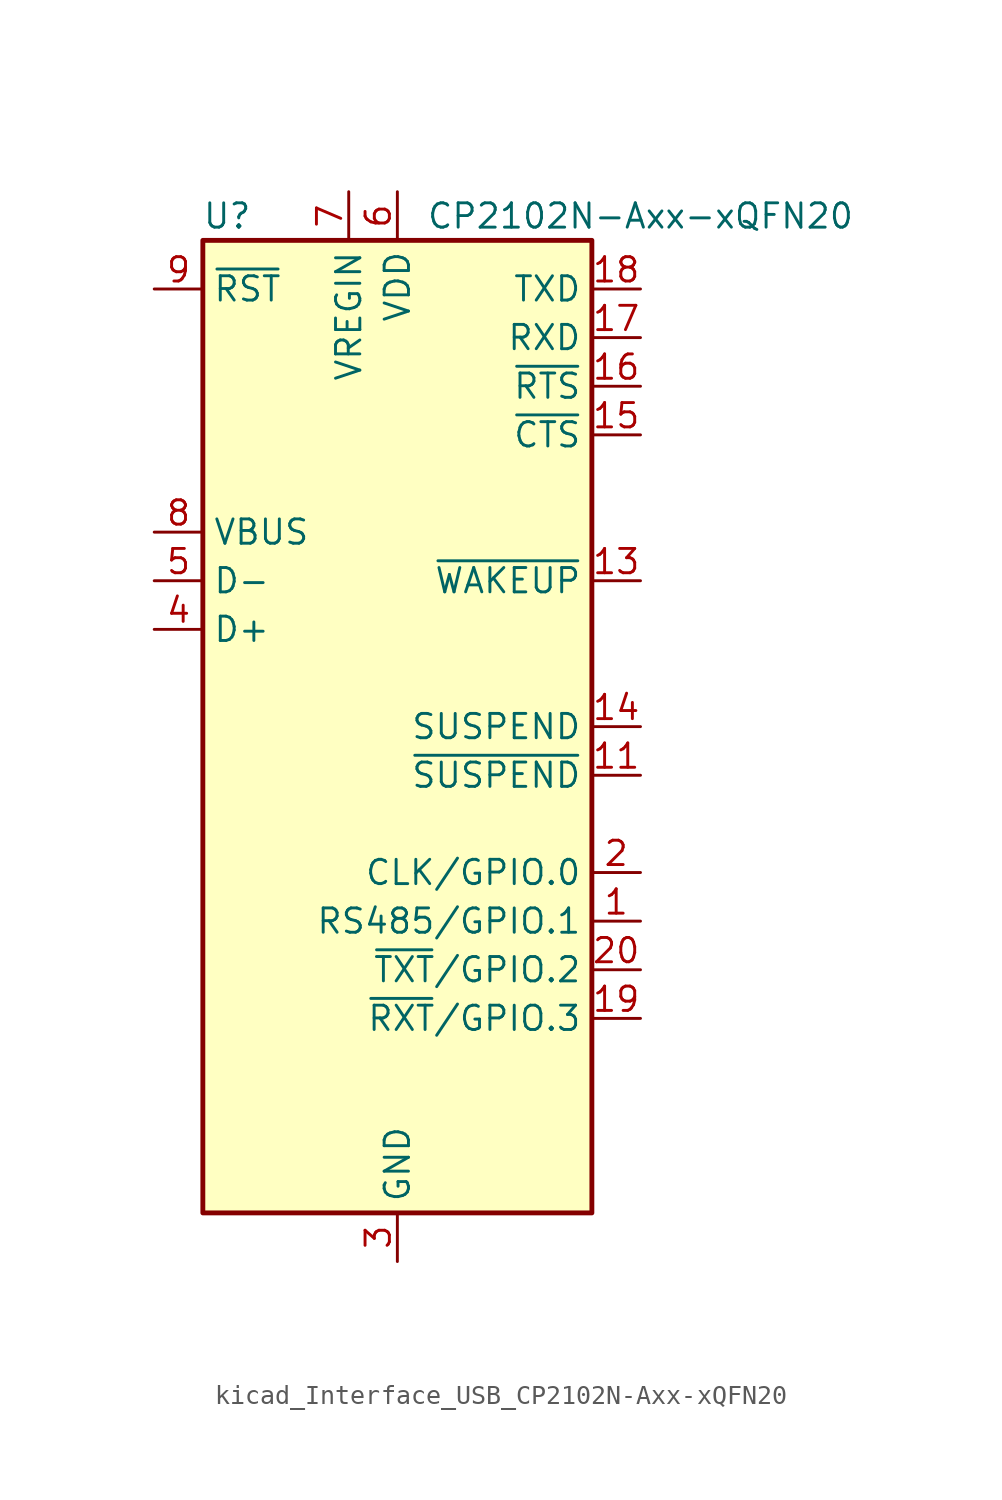
<source format=kicad_sym>
(kicad_symbol_lib
  (version 20220914)
  (generator kicad_symbol_editor)
  (symbol "kicad_Interface_USB_CP2102N-Axx-xQFN20"
    (property "Reference" "U"
      (at -8.89 26.67 0)
      (effects (font (size 1.27 1.27))))
    (property "Value" "CP2102N-Axx-xQFN20"
      (at 12.7 26.67 0)
      (effects (font (size 1.27 1.27))))
    (symbol "kicad_Interface_USB_CP2102N-Axx-xQFN20_0_1"
      (rectangle (start -10.16 25.4) (end 10.16 -25.4) (stroke (width 0.254) (type default)) (fill (type background))))
    (symbol "kicad_Interface_USB_CP2102N-Axx-xQFN20_1_1"
      (pin bidirectional line (at 12.7 -10.16 180) (length 2.54) (name "RS485/GPIO.1" (effects (font (size 1.27 1.27)))) (number "1" (effects (font (size 1.27 1.27)))))
      (pin no_connect line (at -10.16 -22.86 0) (length 2.54) hide (name "NC" (effects (font (size 1.27 1.27)))) (number "10" (effects (font (size 1.27 1.27)))))
      (pin output line (at 12.7 -2.54 180) (length 2.54) (name "~{SUSPEND}" (effects (font (size 1.27 1.27)))) (number "11" (effects (font (size 1.27 1.27)))))
      (pin passive line (at 0 -27.94 90) (length 2.54) hide (name "GND" (effects (font (size 1.27 1.27)))) (number "12" (effects (font (size 1.27 1.27)))))
      (pin input line (at 12.7 7.62 180) (length 2.54) (name "~{WAKEUP}" (effects (font (size 1.27 1.27)))) (number "13" (effects (font (size 1.27 1.27)))))
      (pin output line (at 12.7 0 180) (length 2.54) (name "SUSPEND" (effects (font (size 1.27 1.27)))) (number "14" (effects (font (size 1.27 1.27)))))
      (pin input line (at 12.7 15.24 180) (length 2.54) (name "~{CTS}" (effects (font (size 1.27 1.27)))) (number "15" (effects (font (size 1.27 1.27)))))
      (pin output line (at 12.7 17.78 180) (length 2.54) (name "~{RTS}" (effects (font (size 1.27 1.27)))) (number "16" (effects (font (size 1.27 1.27)))))
      (pin input line (at 12.7 20.32 180) (length 2.54) (name "RXD" (effects (font (size 1.27 1.27)))) (number "17" (effects (font (size 1.27 1.27)))))
      (pin output line (at 12.7 22.86 180) (length 2.54) (name "TXD" (effects (font (size 1.27 1.27)))) (number "18" (effects (font (size 1.27 1.27)))))
      (pin bidirectional line (at 12.7 -15.24 180) (length 2.54) (name "~{RXT}/GPIO.3" (effects (font (size 1.27 1.27)))) (number "19" (effects (font (size 1.27 1.27)))))
      (pin bidirectional line (at 12.7 -7.62 180) (length 2.54) (name "CLK/GPIO.0" (effects (font (size 1.27 1.27)))) (number "2" (effects (font (size 1.27 1.27)))))
      (pin bidirectional line (at 12.7 -12.7 180) (length 2.54) (name "~{TXT}/GPIO.2" (effects (font (size 1.27 1.27)))) (number "20" (effects (font (size 1.27 1.27)))))
      (pin passive line (at 0 -27.94 90) (length 2.54) hide (name "GND" (effects (font (size 1.27 1.27)))) (number "21" (effects (font (size 1.27 1.27)))))
      (pin power_in line (at 0 -27.94 90) (length 2.54) (name "GND" (effects (font (size 1.27 1.27)))) (number "3" (effects (font (size 1.27 1.27)))))
      (pin bidirectional line (at -12.7 5.08 0) (length 2.54) (name "D+" (effects (font (size 1.27 1.27)))) (number "4" (effects (font (size 1.27 1.27)))))
      (pin bidirectional line (at -12.7 7.62 0) (length 2.54) (name "D-" (effects (font (size 1.27 1.27)))) (number "5" (effects (font (size 1.27 1.27)))))
      (pin power_in line (at 0 27.94 270) (length 2.54) (name "VDD" (effects (font (size 1.27 1.27)))) (number "6" (effects (font (size 1.27 1.27)))))
      (pin power_in line (at -2.54 27.94 270) (length 2.54) (name "VREGIN" (effects (font (size 1.27 1.27)))) (number "7" (effects (font (size 1.27 1.27)))))
      (pin input line (at -12.7 10.16 0) (length 2.54) (name "VBUS" (effects (font (size 1.27 1.27)))) (number "8" (effects (font (size 1.27 1.27)))))
      (pin input line (at -12.7 22.86 0) (length 2.54) (name "~{RST}" (effects (font (size 1.27 1.27)))) (number "9" (effects (font (size 1.27 1.27))))))))
</source>
